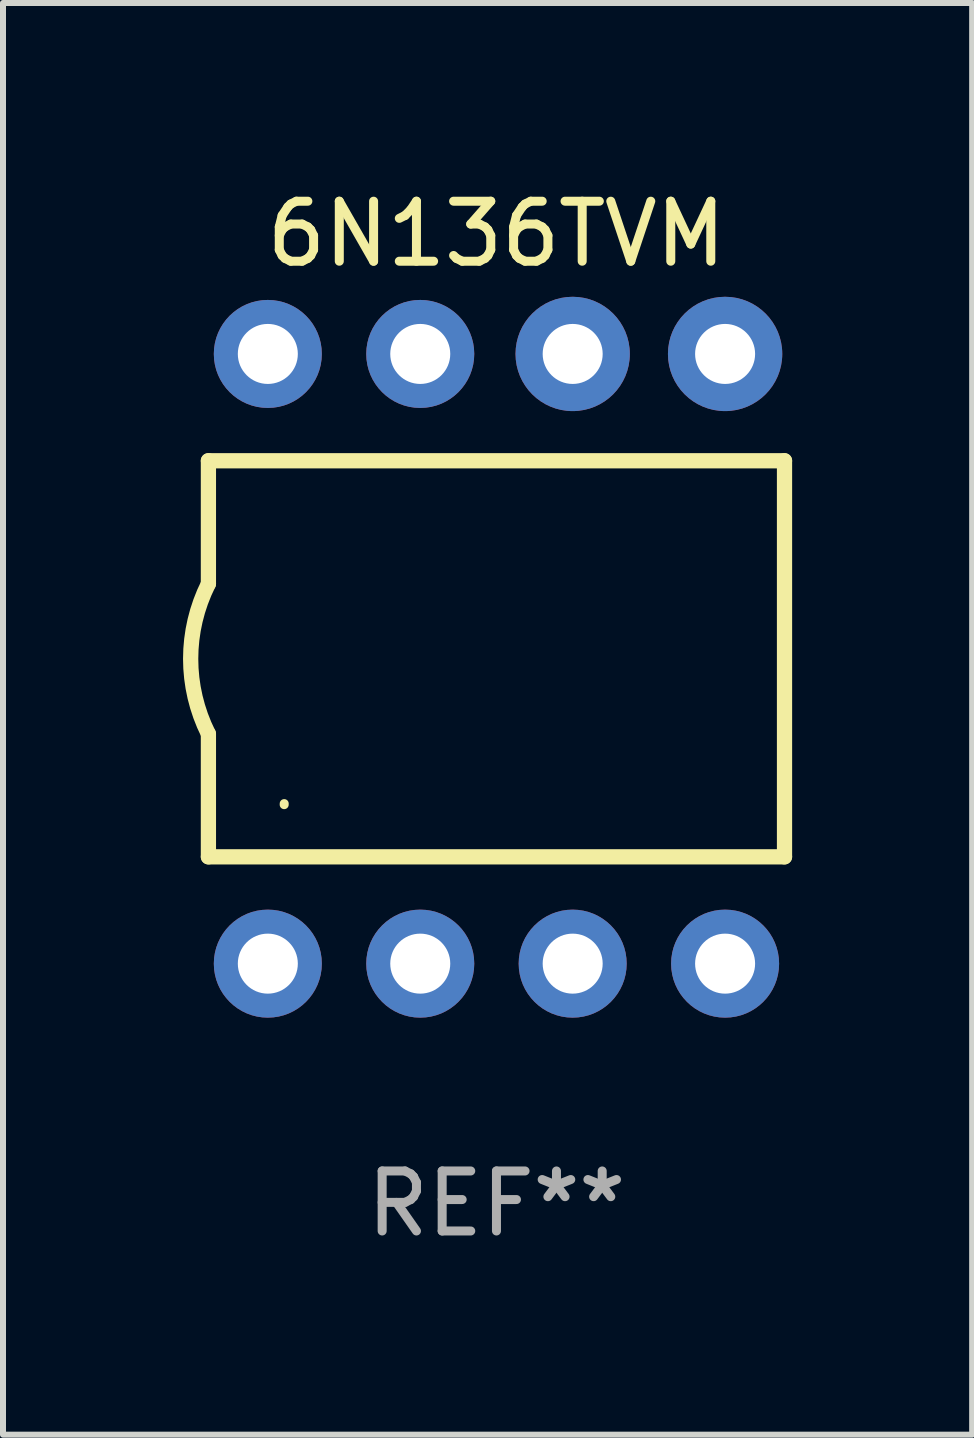
<source format=kicad_pcb>
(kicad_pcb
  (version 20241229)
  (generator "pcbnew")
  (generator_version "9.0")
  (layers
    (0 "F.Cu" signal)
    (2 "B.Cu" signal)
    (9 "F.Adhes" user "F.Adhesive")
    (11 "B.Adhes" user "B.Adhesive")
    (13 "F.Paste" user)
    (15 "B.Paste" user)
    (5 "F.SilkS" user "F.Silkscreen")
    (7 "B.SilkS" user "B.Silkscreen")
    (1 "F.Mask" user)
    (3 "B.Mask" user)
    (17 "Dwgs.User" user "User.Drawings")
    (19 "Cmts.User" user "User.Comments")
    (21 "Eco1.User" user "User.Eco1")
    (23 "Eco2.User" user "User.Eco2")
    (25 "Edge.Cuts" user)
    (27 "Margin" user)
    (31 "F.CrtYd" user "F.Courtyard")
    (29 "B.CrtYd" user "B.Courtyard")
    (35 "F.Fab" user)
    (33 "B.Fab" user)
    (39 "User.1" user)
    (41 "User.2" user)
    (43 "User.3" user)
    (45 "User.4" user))
  (footprint "6N136TVM"
    (layer "F.Cu")
    (at 5.223 7.928)
    (property "Reference" "6N136TVM" (at 0 -7.08 0) (layer "F.SilkS") (effects (font (size 1 1) (thickness 0.15))))
    (attr through_hole)
    (fp_line (start -4.8 -3.3) (end -4.8 -1.25) (stroke (width 0.254) (type solid)) (layer "F.SilkS"))
    (fp_line (start -4.8 3.3) (end -4.8 1.25) (stroke (width 0.254) (type solid)) (layer "F.SilkS"))
    (fp_line (start 4.8 3.3) (end -4.8 3.3) (stroke (width 0.254) (type solid)) (layer "F.SilkS"))
    (fp_line (start 4.8 -3.3) (end -4.8 -3.3) (stroke (width 0.254) (type solid)) (layer "F.SilkS"))
    (fp_line (start 4.8 -3.3) (end 4.8 3.3) (stroke (width 0.254) (type solid)) (layer "F.SilkS"))
    (fp_arc (start -4.801245 1.249683) (mid -5.095867 -0.000312) (end -4.8 -1.250013) (stroke (width 0.254001) (type solid)) (layer "F.SilkS"))
    (fp_arc (start -3.537414 2.430785) (mid -3.537309 2.421918) (end -3.537008 2.413056) (stroke (width 0.149987) (type solid)) (layer "F.SilkS"))
    (fp_text user "REF**" (at 0 9.08 0) (layer "F.Fab") (effects (font (size 1 1) (thickness 0.15))))
    (pad "1" thru_hole circle (at -3.81 5.08) (size 1.8 1.8) (drill 1) (layers "*.Cu" "*.Mask"))
    (pad "2" thru_hole circle (at -1.27 5.08) (size 1.8 1.8) (drill 1) (layers "*.Cu" "*.Mask"))
    (pad "3" thru_hole circle (at 1.27 5.08) (size 1.8 1.8) (drill 1) (layers "*.Cu" "*.Mask"))
    (pad "4" thru_hole circle (at 3.81 5.08) (size 1.8 1.8) (drill 1) (layers "*.Cu" "*.Mask"))
    (pad "5" thru_hole circle (at 3.81 -5.08) (size 1.905 1.905) (drill 1) (layers "*.Cu" "*.Mask"))
    (pad "6" thru_hole circle (at 1.27 -5.08) (size 1.905 1.905) (drill 1) (layers "*.Cu" "*.Mask"))
    (pad "7" thru_hole circle (at -1.27 -5.08) (size 1.8 1.8) (drill 1) (layers "*.Cu" "*.Mask"))
    (pad "8" thru_hole circle (at -3.81 -5.08) (size 1.8 1.8) (drill 1) (layers "*.Cu" "*.Mask")))
  (gr_rect
    (start -3 -3)
    (end 13.15 20.857)
    (stroke (width 0.1) (type default))
    (fill no)
    (layer "Edge.Cuts")))
</source>
